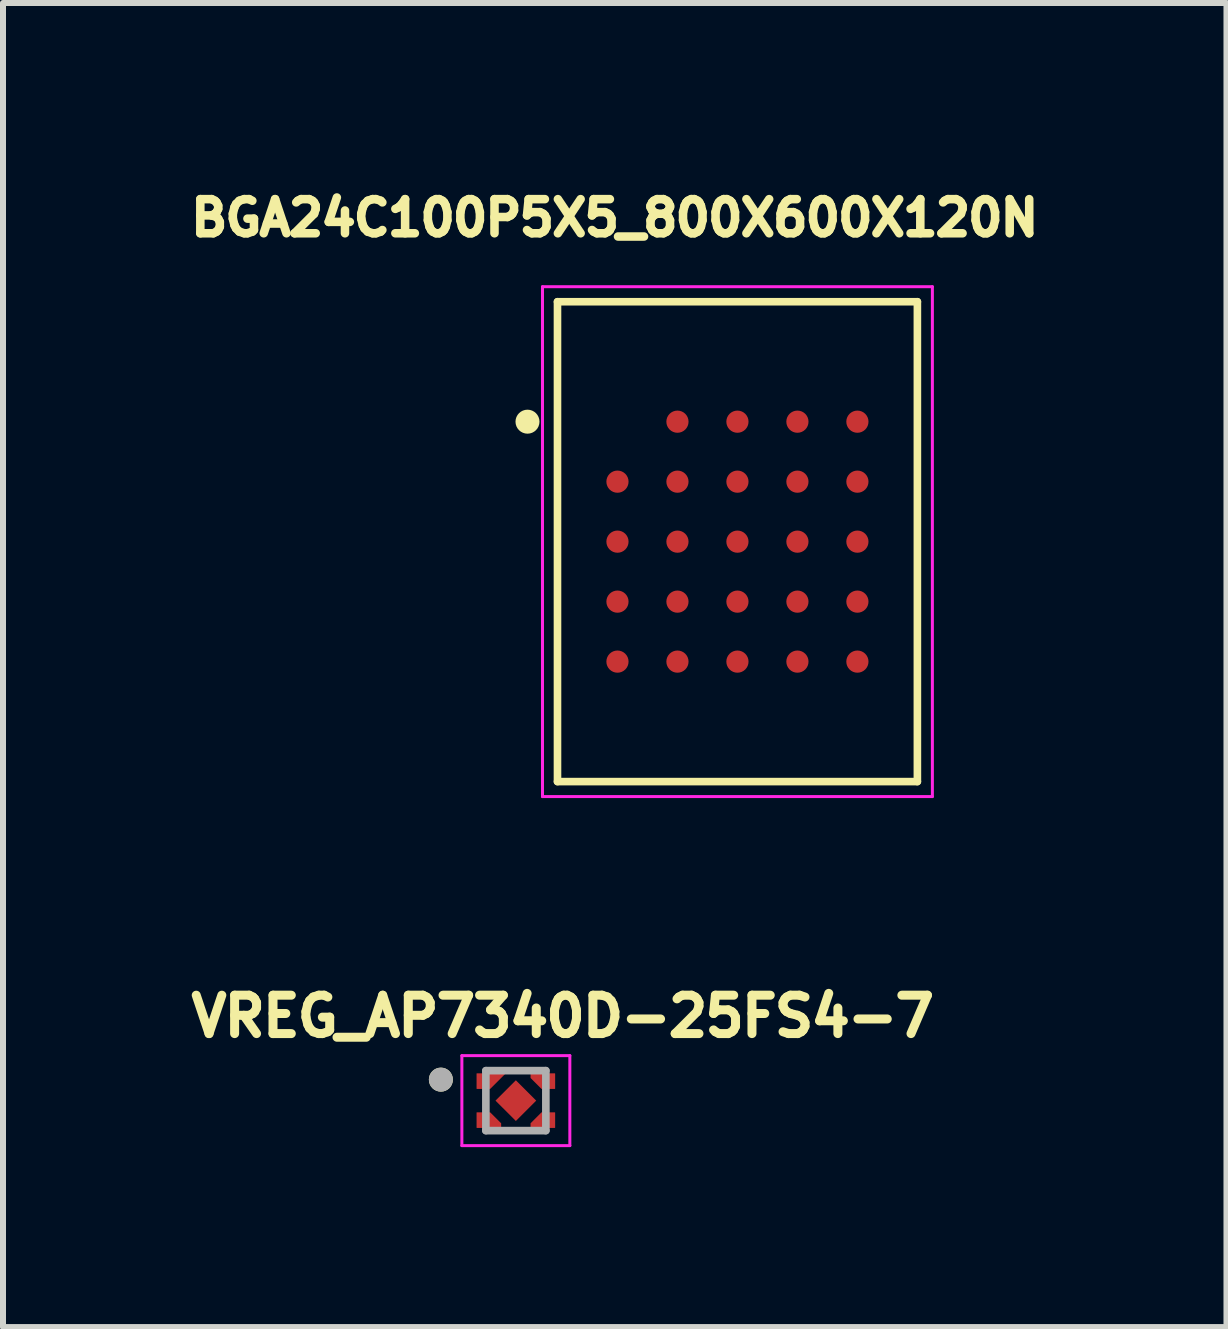
<source format=kicad_pcb>
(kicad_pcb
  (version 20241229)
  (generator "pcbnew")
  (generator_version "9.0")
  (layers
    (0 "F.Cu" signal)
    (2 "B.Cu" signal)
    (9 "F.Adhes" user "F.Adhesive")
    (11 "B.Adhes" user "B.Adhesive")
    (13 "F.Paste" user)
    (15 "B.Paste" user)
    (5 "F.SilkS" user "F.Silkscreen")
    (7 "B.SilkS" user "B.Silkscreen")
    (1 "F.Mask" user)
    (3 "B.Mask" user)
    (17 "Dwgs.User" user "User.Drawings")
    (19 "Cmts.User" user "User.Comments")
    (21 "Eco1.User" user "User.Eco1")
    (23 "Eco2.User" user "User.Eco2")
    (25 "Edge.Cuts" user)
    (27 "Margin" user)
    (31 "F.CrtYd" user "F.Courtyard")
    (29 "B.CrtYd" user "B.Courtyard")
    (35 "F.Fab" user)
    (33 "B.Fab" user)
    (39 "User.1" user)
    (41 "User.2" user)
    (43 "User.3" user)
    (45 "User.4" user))
  (footprint "VREG_AP7340D-25FS4-7"
    (layer "F.Cu")
    (at 5.55 15.299)
    (property "Reference" "VREG_AP7340D-25FS4-7" (at 0.782 -1.406 0) (layer "F.SilkS") (effects (font (size 0.64 0.64) (thickness 0.15))))
    (attr through_hole)
    (fp_poly (pts (xy -0.75 -0.55) (xy 0.02 -0.55) (xy -0.43 -0.1) (xy -0.75 -0.1)) (stroke (width 0.01) (type solid)) (fill yes) (layer "F.Mask"))
    (fp_poly (pts (xy -0.75 0.55) (xy -0.15 0.55) (xy -0.15 0.38) (xy -0.43 0.1) (xy -0.75 0.1)) (stroke (width 0.01) (type solid)) (fill yes) (layer "F.Mask"))
    (fp_poly (pts (xy 0.75 -0.55) (xy 0.15 -0.55) (xy 0.15 -0.38) (xy 0.43 -0.1) (xy 0.75 -0.1)) (stroke (width 0.01) (type solid)) (fill yes) (layer "F.Mask"))
    (fp_poly (pts (xy 0.75 0.55) (xy 0.15 0.55) (xy 0.15 0.38) (xy 0.43 0.1) (xy 0.75 0.1)) (stroke (width 0.01) (type solid)) (fill yes) (layer "F.Mask"))
    (fp_circle (center -1.25 -0.35) (end -1.15 -0.35) (stroke (width 0.2) (type solid)) (fill no) (layer "F.SilkS"))
    (fp_poly (pts (xy -0.65 -0.45) (xy -0.18 -0.45) (xy -0.43 -0.2) (xy -0.65 -0.2)) (stroke (width 0.01) (type solid)) (fill yes) (layer "F.Paste"))
    (fp_poly (pts (xy -0.152 -0.152) (xy 0.152 -0.152) (xy 0.152 0.152) (xy -0.152 0.152)) (stroke (width 0.01) (type solid)) (fill yes) (layer "F.Paste"))
    (fp_poly (pts (xy -0.65 0.45) (xy -0.25 0.45) (xy -0.25 0.38) (xy -0.43 0.2) (xy -0.65 0.2)) (stroke (width 0.01) (type solid)) (fill yes) (layer "F.Paste"))
    (fp_poly (pts (xy 0.65 -0.45) (xy 0.25 -0.45) (xy 0.25 -0.38) (xy 0.43 -0.2) (xy 0.65 -0.2)) (stroke (width 0.01) (type solid)) (fill yes) (layer "F.Paste"))
    (fp_poly (pts (xy 0.65 0.45) (xy 0.25 0.45) (xy 0.25 0.38) (xy 0.43 0.2) (xy 0.65 0.2)) (stroke (width 0.01) (type solid)) (fill yes) (layer "F.Paste"))
    (fp_line (start -0.9 -0.75) (end 0.9 -0.75) (stroke (width 0.05) (type solid)) (layer "F.CrtYd"))
    (fp_line (start -0.9 0.75) (end -0.9 -0.75) (stroke (width 0.05) (type solid)) (layer "F.CrtYd"))
    (fp_line (start 0.9 -0.75) (end 0.9 0.75) (stroke (width 0.05) (type solid)) (layer "F.CrtYd"))
    (fp_line (start 0.9 0.75) (end -0.9 0.75) (stroke (width 0.05) (type solid)) (layer "F.CrtYd"))
    (fp_line (start -0.5 -0.5) (end -0.5 0.5) (stroke (width 0.127) (type solid)) (layer "F.Fab"))
    (fp_line (start -0.5 0.5) (end 0.5 0.5) (stroke (width 0.127) (type solid)) (layer "F.Fab"))
    (fp_line (start 0.5 -0.5) (end -0.5 -0.5) (stroke (width 0.127) (type solid)) (layer "F.Fab"))
    (fp_line (start 0.5 0.5) (end 0.5 -0.5) (stroke (width 0.127) (type solid)) (layer "F.Fab"))
    (fp_circle (center -1.25 -0.35) (end -1.15 -0.35) (stroke (width 0.2) (type solid)) (fill no) (layer "F.Fab"))
    (pad "1" smd custom (at -0.45 -0.325) (size 0.1 0.1) (layers "F.Cu") (options (anchor rect)) (primitives (gr_poly (pts (xy -0.2 -0.125) (xy 0.27 -0.125) (xy 0.02 0.125) (xy -0.2 0.125)) (width 0.01) (fill yes))))
    (pad "2" smd custom (at -0.45 0.325) (size 0.1 0.1) (layers "F.Cu") (options (anchor rect)) (primitives (gr_poly (pts (xy -0.2 0.125) (xy 0.2 0.125) (xy 0.2 0.055) (xy 0.02 -0.125) (xy -0.2 -0.125)) (width 0.01) (fill yes))))
    (pad "3" smd custom (at 0.45 0.325) (size 0.1 0.1) (layers "F.Cu") (options (anchor rect)) (primitives (gr_poly (pts (xy 0.2 0.125) (xy -0.2 0.125) (xy -0.2 0.055) (xy -0.02 -0.125) (xy 0.2 -0.125)) (width 0.01) (fill yes))))
    (pad "4" smd custom (at 0.45 -0.325) (size 0.1 0.1) (layers "F.Cu") (options (anchor rect)) (primitives (gr_poly (pts (xy 0.2 -0.125) (xy -0.2 -0.125) (xy -0.2 -0.055) (xy -0.02 0.125) (xy 0.2 0.125)) (width 0.01) (fill yes))))
    (pad "5" smd rect (at 0 0 45) (size 0.48 0.48) (layers "F.Cu" "F.Mask")))
  (footprint "BGA24C100P5X5_800X600X120N"
    (layer "F.Cu")
    (at 9.244 5.98)
    (property "Reference" "BGA24C100P5X5_800X600X120N" (at -2.045 -5.397 0) (layer "F.SilkS") (effects (font (size 0.569 0.569) (thickness 0.15))))
    (attr through_hole)
    (fp_line (start -3 -4) (end 3 -4) (stroke (width 0.127) (type solid)) (layer "F.SilkS"))
    (fp_line (start -3 4) (end -3 -4) (stroke (width 0.127) (type solid)) (layer "F.SilkS"))
    (fp_line (start 3 -4) (end 3 4) (stroke (width 0.127) (type solid)) (layer "F.SilkS"))
    (fp_line (start 3 4) (end -3 4) (stroke (width 0.127) (type solid)) (layer "F.SilkS"))
    (fp_circle (center -3.5 -2) (end -3.4 -2) (stroke (width 0.2) (type solid)) (fill no) (layer "F.SilkS"))
    (fp_line (start -3.25 -4.25) (end 3.25 -4.25) (stroke (width 0.05) (type solid)) (layer "F.CrtYd"))
    (fp_line (start -3.25 4.25) (end -3.25 -4.25) (stroke (width 0.05) (type solid)) (layer "F.CrtYd"))
    (fp_line (start 3.25 -4.25) (end 3.25 4.25) (stroke (width 0.05) (type solid)) (layer "F.CrtYd"))
    (fp_line (start 3.25 4.25) (end -3.25 4.25) (stroke (width 0.05) (type solid)) (layer "F.CrtYd"))
    (pad "A2" smd circle (at -1 -2) (size 0.37 0.37) (layers "F.Cu" "F.Mask" "F.Paste"))
    (pad "A3" smd circle (at 0 -2) (size 0.37 0.37) (layers "F.Cu" "F.Mask" "F.Paste"))
    (pad "A4" smd circle (at 1 -2) (size 0.37 0.37) (layers "F.Cu" "F.Mask" "F.Paste"))
    (pad "A5" smd circle (at 2 -2) (size 0.37 0.37) (layers "F.Cu" "F.Mask" "F.Paste"))
    (pad "B1" smd circle (at -2 -1) (size 0.37 0.37) (layers "F.Cu" "F.Mask" "F.Paste"))
    (pad "B2" smd circle (at -1 -1) (size 0.37 0.37) (layers "F.Cu" "F.Mask" "F.Paste"))
    (pad "B3" smd circle (at 0 -1) (size 0.37 0.37) (layers "F.Cu" "F.Mask" "F.Paste"))
    (pad "B4" smd circle (at 1 -1) (size 0.37 0.37) (layers "F.Cu" "F.Mask" "F.Paste"))
    (pad "B5" smd circle (at 2 -1) (size 0.37 0.37) (layers "F.Cu" "F.Mask" "F.Paste"))
    (pad "C1" smd circle (at -2 0) (size 0.37 0.37) (layers "F.Cu" "F.Mask" "F.Paste"))
    (pad "C2" smd circle (at -1 0) (size 0.37 0.37) (layers "F.Cu" "F.Mask" "F.Paste"))
    (pad "C3" smd circle (at 0 0) (size 0.37 0.37) (layers "F.Cu" "F.Mask" "F.Paste"))
    (pad "C4" smd circle (at 1 0) (size 0.37 0.37) (layers "F.Cu" "F.Mask" "F.Paste"))
    (pad "C5" smd circle (at 2 0) (size 0.37 0.37) (layers "F.Cu" "F.Mask" "F.Paste"))
    (pad "D1" smd circle (at -2 1) (size 0.37 0.37) (layers "F.Cu" "F.Mask" "F.Paste"))
    (pad "D2" smd circle (at -1 1) (size 0.37 0.37) (layers "F.Cu" "F.Mask" "F.Paste"))
    (pad "D3" smd circle (at 0 1) (size 0.37 0.37) (layers "F.Cu" "F.Mask" "F.Paste"))
    (pad "D4" smd circle (at 1 1) (size 0.37 0.37) (layers "F.Cu" "F.Mask" "F.Paste"))
    (pad "D5" smd circle (at 2 1) (size 0.37 0.37) (layers "F.Cu" "F.Mask" "F.Paste"))
    (pad "E1" smd circle (at -2 2) (size 0.37 0.37) (layers "F.Cu" "F.Mask" "F.Paste"))
    (pad "E2" smd circle (at -1 2) (size 0.37 0.37) (layers "F.Cu" "F.Mask" "F.Paste"))
    (pad "E3" smd circle (at 0 2) (size 0.37 0.37) (layers "F.Cu" "F.Mask" "F.Paste"))
    (pad "E4" smd circle (at 1 2) (size 0.37 0.37) (layers "F.Cu" "F.Mask" "F.Paste"))
    (pad "E5" smd circle (at 2 2) (size 0.37 0.37) (layers "F.Cu" "F.Mask" "F.Paste")))
  (gr_rect
    (start -3 -3)
    (end 17.397 19.074)
    (stroke (width 0.1) (type default))
    (fill no)
    (layer "Edge.Cuts")))
</source>
